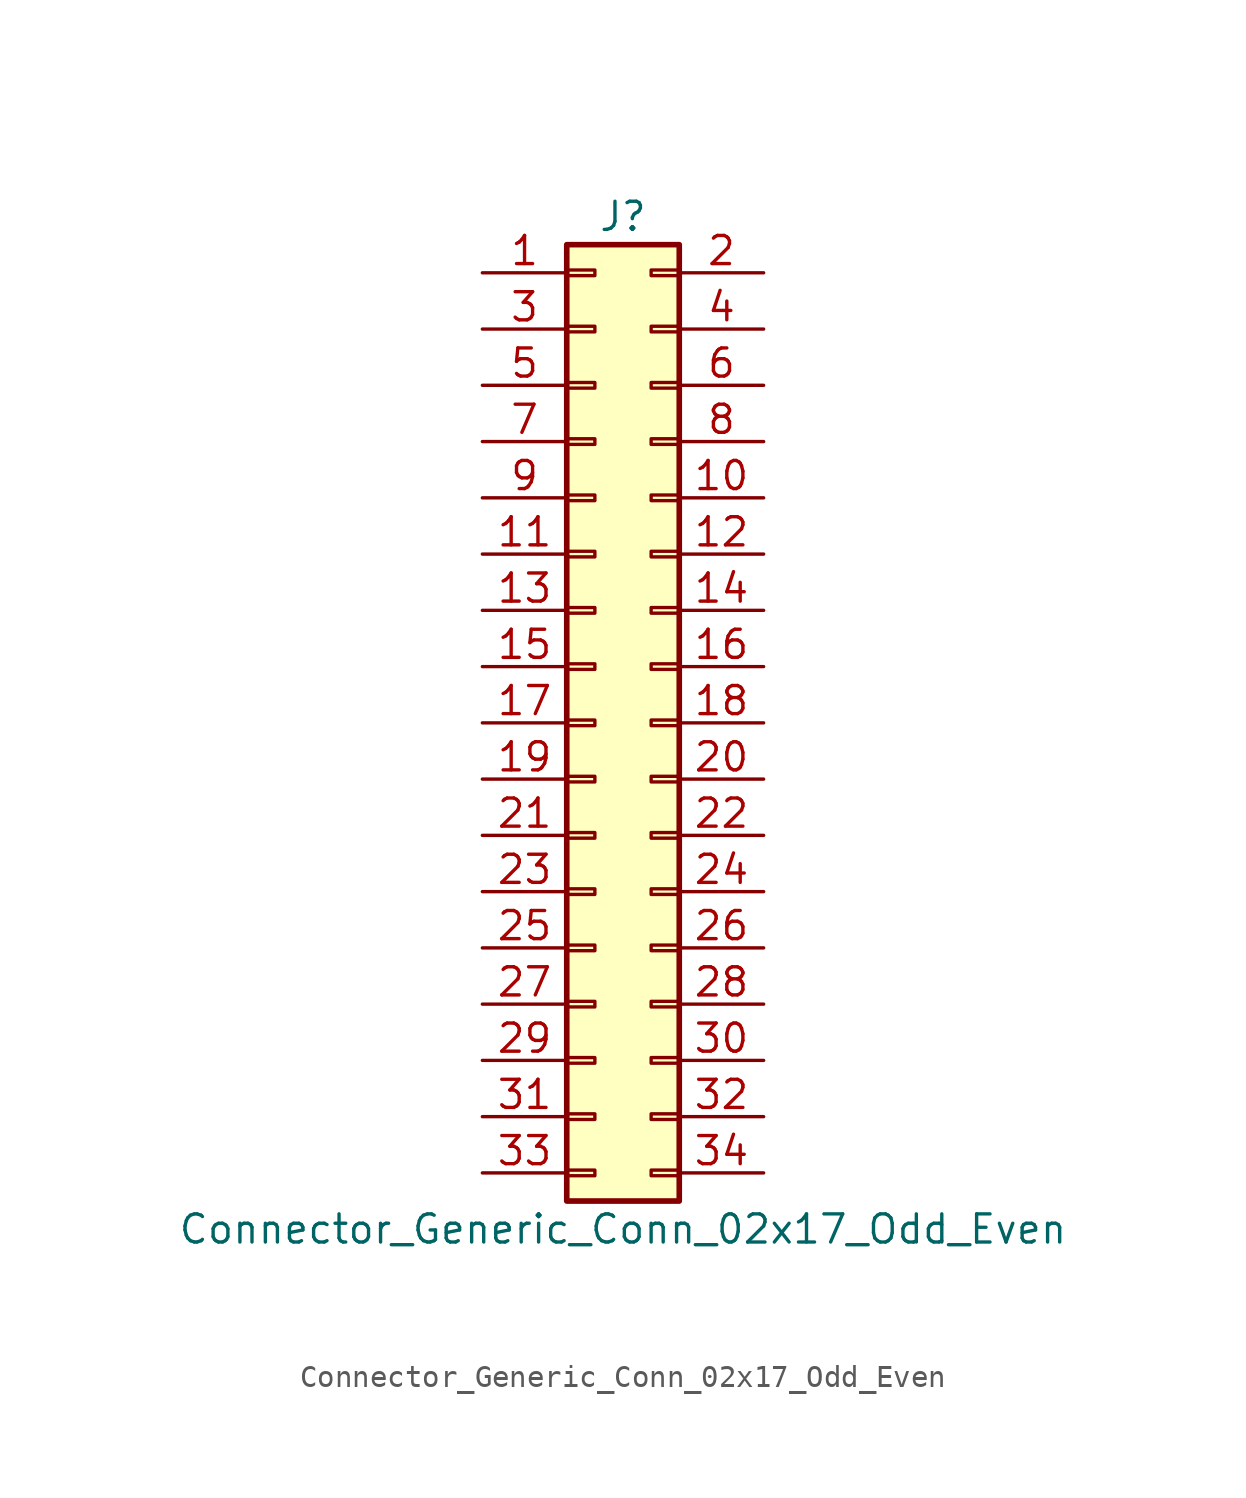
<source format=kicad_sym>
(kicad_symbol_lib
  (version 20220914)
  (generator kicad_symbol_editor)
  (symbol "Connector_Generic_Conn_02x17_Odd_Even"
    (pin_names
      (offset 1.016) hide)
    (property "Reference" "J"
      (at 1.27 22.86 0)
      (effects (font (size 1.27 1.27))))
    (property "Value" "Connector_Generic_Conn_02x17_Odd_Even"
      (at 1.27 -22.86 0)
      (effects (font (size 1.27 1.27))))
    (symbol "Connector_Generic_Conn_02x17_Odd_Even_1_1"
      (rectangle (start -1.27 -20.193) (end 0 -20.447) (stroke (width 0.152) (type default)) (fill (type none)))
      (rectangle (start -1.27 -17.653) (end 0 -17.907) (stroke (width 0.152) (type default)) (fill (type none)))
      (rectangle (start -1.27 -15.113) (end 0 -15.367) (stroke (width 0.152) (type default)) (fill (type none)))
      (rectangle (start -1.27 -12.573) (end 0 -12.827) (stroke (width 0.152) (type default)) (fill (type none)))
      (rectangle (start -1.27 -10.033) (end 0 -10.287) (stroke (width 0.152) (type default)) (fill (type none)))
      (rectangle (start -1.27 -7.493) (end 0 -7.747) (stroke (width 0.152) (type default)) (fill (type none)))
      (rectangle (start -1.27 -4.953) (end 0 -5.207) (stroke (width 0.152) (type default)) (fill (type none)))
      (rectangle (start -1.27 -2.413) (end 0 -2.667) (stroke (width 0.152) (type default)) (fill (type none)))
      (rectangle (start -1.27 0.127) (end 0 -0.127) (stroke (width 0.152) (type default)) (fill (type none)))
      (rectangle (start -1.27 2.667) (end 0 2.413) (stroke (width 0.152) (type default)) (fill (type none)))
      (rectangle (start -1.27 5.207) (end 0 4.953) (stroke (width 0.152) (type default)) (fill (type none)))
      (rectangle (start -1.27 7.747) (end 0 7.493) (stroke (width 0.152) (type default)) (fill (type none)))
      (rectangle (start -1.27 10.287) (end 0 10.033) (stroke (width 0.152) (type default)) (fill (type none)))
      (rectangle (start -1.27 12.827) (end 0 12.573) (stroke (width 0.152) (type default)) (fill (type none)))
      (rectangle (start -1.27 15.367) (end 0 15.113) (stroke (width 0.152) (type default)) (fill (type none)))
      (rectangle (start -1.27 17.907) (end 0 17.653) (stroke (width 0.152) (type default)) (fill (type none)))
      (rectangle (start -1.27 20.447) (end 0 20.193) (stroke (width 0.152) (type default)) (fill (type none)))
      (rectangle (start -1.27 21.59) (end 3.81 -21.59) (stroke (width 0.254) (type default)) (fill (type background)))
      (rectangle (start 3.81 -20.193) (end 2.54 -20.447) (stroke (width 0.152) (type default)) (fill (type none)))
      (rectangle (start 3.81 -17.653) (end 2.54 -17.907) (stroke (width 0.152) (type default)) (fill (type none)))
      (rectangle (start 3.81 -15.113) (end 2.54 -15.367) (stroke (width 0.152) (type default)) (fill (type none)))
      (rectangle (start 3.81 -12.573) (end 2.54 -12.827) (stroke (width 0.152) (type default)) (fill (type none)))
      (rectangle (start 3.81 -10.033) (end 2.54 -10.287) (stroke (width 0.152) (type default)) (fill (type none)))
      (rectangle (start 3.81 -7.493) (end 2.54 -7.747) (stroke (width 0.152) (type default)) (fill (type none)))
      (rectangle (start 3.81 -4.953) (end 2.54 -5.207) (stroke (width 0.152) (type default)) (fill (type none)))
      (rectangle (start 3.81 -2.413) (end 2.54 -2.667) (stroke (width 0.152) (type default)) (fill (type none)))
      (rectangle (start 3.81 0.127) (end 2.54 -0.127) (stroke (width 0.152) (type default)) (fill (type none)))
      (rectangle (start 3.81 2.667) (end 2.54 2.413) (stroke (width 0.152) (type default)) (fill (type none)))
      (rectangle (start 3.81 5.207) (end 2.54 4.953) (stroke (width 0.152) (type default)) (fill (type none)))
      (rectangle (start 3.81 7.747) (end 2.54 7.493) (stroke (width 0.152) (type default)) (fill (type none)))
      (rectangle (start 3.81 10.287) (end 2.54 10.033) (stroke (width 0.152) (type default)) (fill (type none)))
      (rectangle (start 3.81 12.827) (end 2.54 12.573) (stroke (width 0.152) (type default)) (fill (type none)))
      (rectangle (start 3.81 15.367) (end 2.54 15.113) (stroke (width 0.152) (type default)) (fill (type none)))
      (rectangle (start 3.81 17.907) (end 2.54 17.653) (stroke (width 0.152) (type default)) (fill (type none)))
      (rectangle (start 3.81 20.447) (end 2.54 20.193) (stroke (width 0.152) (type default)) (fill (type none)))
      (pin passive line (at -5.08 20.32 0) (length 3.81) (name "Pin_1" (effects (font (size 1.27 1.27)))) (number "1" (effects (font (size 1.27 1.27)))))
      (pin passive line (at 7.62 10.16 180) (length 3.81) (name "Pin_10" (effects (font (size 1.27 1.27)))) (number "10" (effects (font (size 1.27 1.27)))))
      (pin passive line (at -5.08 7.62 0) (length 3.81) (name "Pin_11" (effects (font (size 1.27 1.27)))) (number "11" (effects (font (size 1.27 1.27)))))
      (pin passive line (at 7.62 7.62 180) (length 3.81) (name "Pin_12" (effects (font (size 1.27 1.27)))) (number "12" (effects (font (size 1.27 1.27)))))
      (pin passive line (at -5.08 5.08 0) (length 3.81) (name "Pin_13" (effects (font (size 1.27 1.27)))) (number "13" (effects (font (size 1.27 1.27)))))
      (pin passive line (at 7.62 5.08 180) (length 3.81) (name "Pin_14" (effects (font (size 1.27 1.27)))) (number "14" (effects (font (size 1.27 1.27)))))
      (pin passive line (at -5.08 2.54 0) (length 3.81) (name "Pin_15" (effects (font (size 1.27 1.27)))) (number "15" (effects (font (size 1.27 1.27)))))
      (pin passive line (at 7.62 2.54 180) (length 3.81) (name "Pin_16" (effects (font (size 1.27 1.27)))) (number "16" (effects (font (size 1.27 1.27)))))
      (pin passive line (at -5.08 0 0) (length 3.81) (name "Pin_17" (effects (font (size 1.27 1.27)))) (number "17" (effects (font (size 1.27 1.27)))))
      (pin passive line (at 7.62 0 180) (length 3.81) (name "Pin_18" (effects (font (size 1.27 1.27)))) (number "18" (effects (font (size 1.27 1.27)))))
      (pin passive line (at -5.08 -2.54 0) (length 3.81) (name "Pin_19" (effects (font (size 1.27 1.27)))) (number "19" (effects (font (size 1.27 1.27)))))
      (pin passive line (at 7.62 20.32 180) (length 3.81) (name "Pin_2" (effects (font (size 1.27 1.27)))) (number "2" (effects (font (size 1.27 1.27)))))
      (pin passive line (at 7.62 -2.54 180) (length 3.81) (name "Pin_20" (effects (font (size 1.27 1.27)))) (number "20" (effects (font (size 1.27 1.27)))))
      (pin passive line (at -5.08 -5.08 0) (length 3.81) (name "Pin_21" (effects (font (size 1.27 1.27)))) (number "21" (effects (font (size 1.27 1.27)))))
      (pin passive line (at 7.62 -5.08 180) (length 3.81) (name "Pin_22" (effects (font (size 1.27 1.27)))) (number "22" (effects (font (size 1.27 1.27)))))
      (pin passive line (at -5.08 -7.62 0) (length 3.81) (name "Pin_23" (effects (font (size 1.27 1.27)))) (number "23" (effects (font (size 1.27 1.27)))))
      (pin passive line (at 7.62 -7.62 180) (length 3.81) (name "Pin_24" (effects (font (size 1.27 1.27)))) (number "24" (effects (font (size 1.27 1.27)))))
      (pin passive line (at -5.08 -10.16 0) (length 3.81) (name "Pin_25" (effects (font (size 1.27 1.27)))) (number "25" (effects (font (size 1.27 1.27)))))
      (pin passive line (at 7.62 -10.16 180) (length 3.81) (name "Pin_26" (effects (font (size 1.27 1.27)))) (number "26" (effects (font (size 1.27 1.27)))))
      (pin passive line (at -5.08 -12.7 0) (length 3.81) (name "Pin_27" (effects (font (size 1.27 1.27)))) (number "27" (effects (font (size 1.27 1.27)))))
      (pin passive line (at 7.62 -12.7 180) (length 3.81) (name "Pin_28" (effects (font (size 1.27 1.27)))) (number "28" (effects (font (size 1.27 1.27)))))
      (pin passive line (at -5.08 -15.24 0) (length 3.81) (name "Pin_29" (effects (font (size 1.27 1.27)))) (number "29" (effects (font (size 1.27 1.27)))))
      (pin passive line (at -5.08 17.78 0) (length 3.81) (name "Pin_3" (effects (font (size 1.27 1.27)))) (number "3" (effects (font (size 1.27 1.27)))))
      (pin passive line (at 7.62 -15.24 180) (length 3.81) (name "Pin_30" (effects (font (size 1.27 1.27)))) (number "30" (effects (font (size 1.27 1.27)))))
      (pin passive line (at -5.08 -17.78 0) (length 3.81) (name "Pin_31" (effects (font (size 1.27 1.27)))) (number "31" (effects (font (size 1.27 1.27)))))
      (pin passive line (at 7.62 -17.78 180) (length 3.81) (name "Pin_32" (effects (font (size 1.27 1.27)))) (number "32" (effects (font (size 1.27 1.27)))))
      (pin passive line (at -5.08 -20.32 0) (length 3.81) (name "Pin_33" (effects (font (size 1.27 1.27)))) (number "33" (effects (font (size 1.27 1.27)))))
      (pin passive line (at 7.62 -20.32 180) (length 3.81) (name "Pin_34" (effects (font (size 1.27 1.27)))) (number "34" (effects (font (size 1.27 1.27)))))
      (pin passive line (at 7.62 17.78 180) (length 3.81) (name "Pin_4" (effects (font (size 1.27 1.27)))) (number "4" (effects (font (size 1.27 1.27)))))
      (pin passive line (at -5.08 15.24 0) (length 3.81) (name "Pin_5" (effects (font (size 1.27 1.27)))) (number "5" (effects (font (size 1.27 1.27)))))
      (pin passive line (at 7.62 15.24 180) (length 3.81) (name "Pin_6" (effects (font (size 1.27 1.27)))) (number "6" (effects (font (size 1.27 1.27)))))
      (pin passive line (at -5.08 12.7 0) (length 3.81) (name "Pin_7" (effects (font (size 1.27 1.27)))) (number "7" (effects (font (size 1.27 1.27)))))
      (pin passive line (at 7.62 12.7 180) (length 3.81) (name "Pin_8" (effects (font (size 1.27 1.27)))) (number "8" (effects (font (size 1.27 1.27)))))
      (pin passive line (at -5.08 10.16 0) (length 3.81) (name "Pin_9" (effects (font (size 1.27 1.27)))) (number "9" (effects (font (size 1.27 1.27))))))))
</source>
